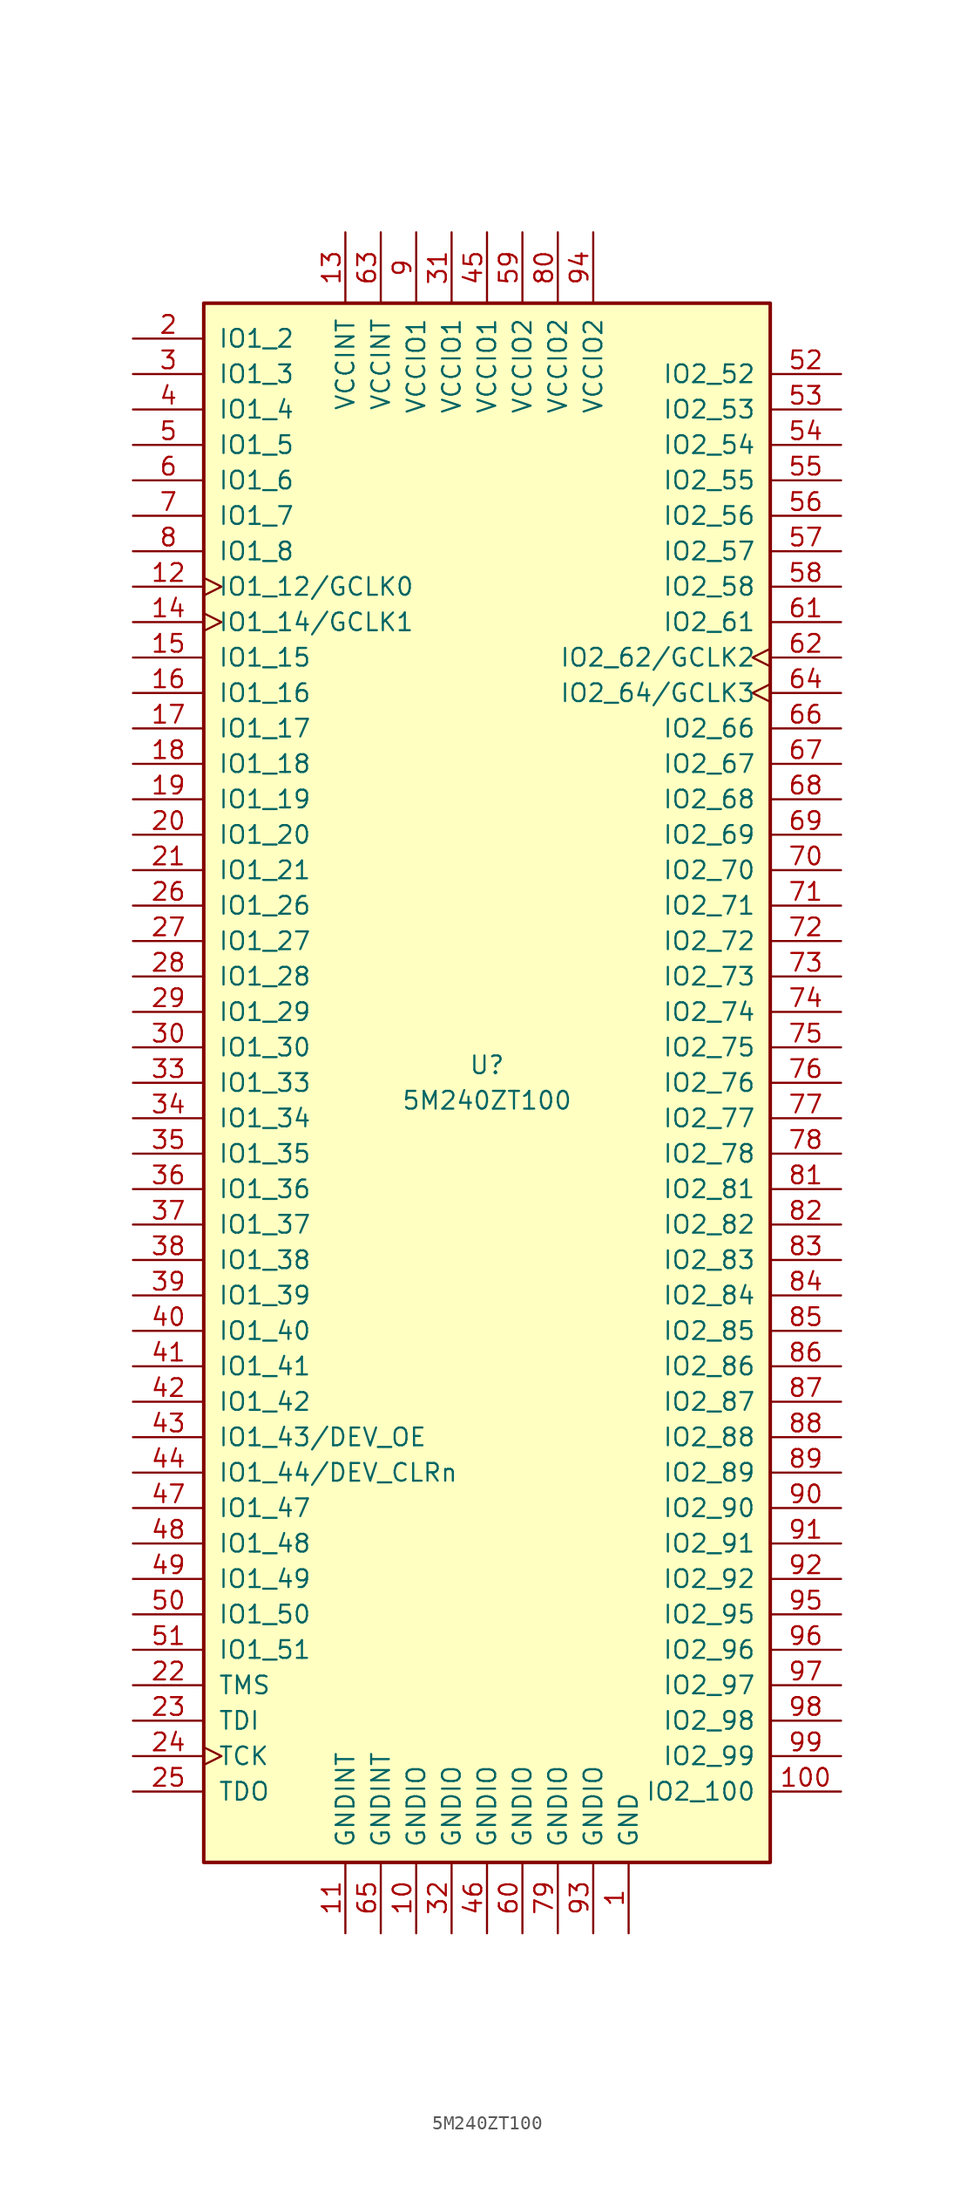
<source format=kicad_sym>
(kicad_symbol_lib
  (version 20220914)
  (generator kicad_symbol_editor)
  (symbol "5M240ZT100"
    (pin_names
      (offset 1.016))
    (property "Reference" "U"
      (at 0 1.27 0)
      (effects (font (size 1.27 1.27))))
    (property "Value" "5M240ZT100"
      (at 0 -1.27 0)
      (effects (font (size 1.27 1.27))))
    (symbol "5M240ZT100_1_1"
      (rectangle (start -20.32 55.88) (end 20.32 -55.88) (stroke (width 0.254) (type default)) (fill (type background)))
      (pin power_in line (at 10.16 -60.96 90) (length 5.08) (name "GND" (effects (font (size 1.27 1.27)))) (number "1" (effects (font (size 1.27 1.27)))))
      (pin power_in line (at -5.08 -60.96 90) (length 5.08) (name "GNDIO" (effects (font (size 1.27 1.27)))) (number "10" (effects (font (size 1.27 1.27)))))
      (pin bidirectional line (at 25.4 -50.8 180) (length 5.08) (name "IO2_100" (effects (font (size 1.27 1.27)))) (number "100" (effects (font (size 1.27 1.27)))))
      (pin power_in line (at -10.16 -60.96 90) (length 5.08) (name "GNDINT" (effects (font (size 1.27 1.27)))) (number "11" (effects (font (size 1.27 1.27)))))
      (pin bidirectional clock (at -25.4 35.56 0) (length 5.08) (name "IO1_12/GCLK0" (effects (font (size 1.27 1.27)))) (number "12" (effects (font (size 1.27 1.27)))))
      (pin power_in line (at -10.16 60.96 270) (length 5.08) (name "VCCINT" (effects (font (size 1.27 1.27)))) (number "13" (effects (font (size 1.27 1.27)))))
      (pin bidirectional clock (at -25.4 33.02 0) (length 5.08) (name "IO1_14/GCLK1" (effects (font (size 1.27 1.27)))) (number "14" (effects (font (size 1.27 1.27)))))
      (pin bidirectional line (at -25.4 30.48 0) (length 5.08) (name "IO1_15" (effects (font (size 1.27 1.27)))) (number "15" (effects (font (size 1.27 1.27)))))
      (pin bidirectional line (at -25.4 27.94 0) (length 5.08) (name "IO1_16" (effects (font (size 1.27 1.27)))) (number "16" (effects (font (size 1.27 1.27)))))
      (pin bidirectional line (at -25.4 25.4 0) (length 5.08) (name "IO1_17" (effects (font (size 1.27 1.27)))) (number "17" (effects (font (size 1.27 1.27)))))
      (pin bidirectional line (at -25.4 22.86 0) (length 5.08) (name "IO1_18" (effects (font (size 1.27 1.27)))) (number "18" (effects (font (size 1.27 1.27)))))
      (pin bidirectional line (at -25.4 20.32 0) (length 5.08) (name "IO1_19" (effects (font (size 1.27 1.27)))) (number "19" (effects (font (size 1.27 1.27)))))
      (pin bidirectional line (at -25.4 53.34 0) (length 5.08) (name "IO1_2" (effects (font (size 1.27 1.27)))) (number "2" (effects (font (size 1.27 1.27)))))
      (pin bidirectional line (at -25.4 17.78 0) (length 5.08) (name "IO1_20" (effects (font (size 1.27 1.27)))) (number "20" (effects (font (size 1.27 1.27)))))
      (pin bidirectional line (at -25.4 15.24 0) (length 5.08) (name "IO1_21" (effects (font (size 1.27 1.27)))) (number "21" (effects (font (size 1.27 1.27)))))
      (pin input line (at -25.4 -43.18 0) (length 5.08) (name "TMS" (effects (font (size 1.27 1.27)))) (number "22" (effects (font (size 1.27 1.27)))))
      (pin input line (at -25.4 -45.72 0) (length 5.08) (name "TDI" (effects (font (size 1.27 1.27)))) (number "23" (effects (font (size 1.27 1.27)))))
      (pin input clock (at -25.4 -48.26 0) (length 5.08) (name "TCK" (effects (font (size 1.27 1.27)))) (number "24" (effects (font (size 1.27 1.27)))))
      (pin output line (at -25.4 -50.8 0) (length 5.08) (name "TDO" (effects (font (size 1.27 1.27)))) (number "25" (effects (font (size 1.27 1.27)))))
      (pin bidirectional line (at -25.4 12.7 0) (length 5.08) (name "IO1_26" (effects (font (size 1.27 1.27)))) (number "26" (effects (font (size 1.27 1.27)))))
      (pin bidirectional line (at -25.4 10.16 0) (length 5.08) (name "IO1_27" (effects (font (size 1.27 1.27)))) (number "27" (effects (font (size 1.27 1.27)))))
      (pin bidirectional line (at -25.4 7.62 0) (length 5.08) (name "IO1_28" (effects (font (size 1.27 1.27)))) (number "28" (effects (font (size 1.27 1.27)))))
      (pin bidirectional line (at -25.4 5.08 0) (length 5.08) (name "IO1_29" (effects (font (size 1.27 1.27)))) (number "29" (effects (font (size 1.27 1.27)))))
      (pin bidirectional line (at -25.4 50.8 0) (length 5.08) (name "IO1_3" (effects (font (size 1.27 1.27)))) (number "3" (effects (font (size 1.27 1.27)))))
      (pin bidirectional line (at -25.4 2.54 0) (length 5.08) (name "IO1_30" (effects (font (size 1.27 1.27)))) (number "30" (effects (font (size 1.27 1.27)))))
      (pin power_in line (at -2.54 60.96 270) (length 5.08) (name "VCCIO1" (effects (font (size 1.27 1.27)))) (number "31" (effects (font (size 1.27 1.27)))))
      (pin power_in line (at -2.54 -60.96 90) (length 5.08) (name "GNDIO" (effects (font (size 1.27 1.27)))) (number "32" (effects (font (size 1.27 1.27)))))
      (pin bidirectional line (at -25.4 0 0) (length 5.08) (name "IO1_33" (effects (font (size 1.27 1.27)))) (number "33" (effects (font (size 1.27 1.27)))))
      (pin bidirectional line (at -25.4 -2.54 0) (length 5.08) (name "IO1_34" (effects (font (size 1.27 1.27)))) (number "34" (effects (font (size 1.27 1.27)))))
      (pin bidirectional line (at -25.4 -5.08 0) (length 5.08) (name "IO1_35" (effects (font (size 1.27 1.27)))) (number "35" (effects (font (size 1.27 1.27)))))
      (pin bidirectional line (at -25.4 -7.62 0) (length 5.08) (name "IO1_36" (effects (font (size 1.27 1.27)))) (number "36" (effects (font (size 1.27 1.27)))))
      (pin bidirectional line (at -25.4 -10.16 0) (length 5.08) (name "IO1_37" (effects (font (size 1.27 1.27)))) (number "37" (effects (font (size 1.27 1.27)))))
      (pin bidirectional line (at -25.4 -12.7 0) (length 5.08) (name "IO1_38" (effects (font (size 1.27 1.27)))) (number "38" (effects (font (size 1.27 1.27)))))
      (pin bidirectional line (at -25.4 -15.24 0) (length 5.08) (name "IO1_39" (effects (font (size 1.27 1.27)))) (number "39" (effects (font (size 1.27 1.27)))))
      (pin bidirectional line (at -25.4 48.26 0) (length 5.08) (name "IO1_4" (effects (font (size 1.27 1.27)))) (number "4" (effects (font (size 1.27 1.27)))))
      (pin bidirectional line (at -25.4 -17.78 0) (length 5.08) (name "IO1_40" (effects (font (size 1.27 1.27)))) (number "40" (effects (font (size 1.27 1.27)))))
      (pin bidirectional line (at -25.4 -20.32 0) (length 5.08) (name "IO1_41" (effects (font (size 1.27 1.27)))) (number "41" (effects (font (size 1.27 1.27)))))
      (pin bidirectional line (at -25.4 -22.86 0) (length 5.08) (name "IO1_42" (effects (font (size 1.27 1.27)))) (number "42" (effects (font (size 1.27 1.27)))))
      (pin bidirectional line (at -25.4 -25.4 0) (length 5.08) (name "IO1_43/DEV_OE" (effects (font (size 1.27 1.27)))) (number "43" (effects (font (size 1.27 1.27)))))
      (pin bidirectional line (at -25.4 -27.94 0) (length 5.08) (name "IO1_44/DEV_CLRn" (effects (font (size 1.27 1.27)))) (number "44" (effects (font (size 1.27 1.27)))))
      (pin power_in line (at 0 60.96 270) (length 5.08) (name "VCCIO1" (effects (font (size 1.27 1.27)))) (number "45" (effects (font (size 1.27 1.27)))))
      (pin power_in line (at 0 -60.96 90) (length 5.08) (name "GNDIO" (effects (font (size 1.27 1.27)))) (number "46" (effects (font (size 1.27 1.27)))))
      (pin bidirectional line (at -25.4 -30.48 0) (length 5.08) (name "IO1_47" (effects (font (size 1.27 1.27)))) (number "47" (effects (font (size 1.27 1.27)))))
      (pin bidirectional line (at -25.4 -33.02 0) (length 5.08) (name "IO1_48" (effects (font (size 1.27 1.27)))) (number "48" (effects (font (size 1.27 1.27)))))
      (pin bidirectional line (at -25.4 -35.56 0) (length 5.08) (name "IO1_49" (effects (font (size 1.27 1.27)))) (number "49" (effects (font (size 1.27 1.27)))))
      (pin bidirectional line (at -25.4 45.72 0) (length 5.08) (name "IO1_5" (effects (font (size 1.27 1.27)))) (number "5" (effects (font (size 1.27 1.27)))))
      (pin bidirectional line (at -25.4 -38.1 0) (length 5.08) (name "IO1_50" (effects (font (size 1.27 1.27)))) (number "50" (effects (font (size 1.27 1.27)))))
      (pin bidirectional line (at -25.4 -40.64 0) (length 5.08) (name "IO1_51" (effects (font (size 1.27 1.27)))) (number "51" (effects (font (size 1.27 1.27)))))
      (pin bidirectional line (at 25.4 50.8 180) (length 5.08) (name "IO2_52" (effects (font (size 1.27 1.27)))) (number "52" (effects (font (size 1.27 1.27)))))
      (pin bidirectional line (at 25.4 48.26 180) (length 5.08) (name "IO2_53" (effects (font (size 1.27 1.27)))) (number "53" (effects (font (size 1.27 1.27)))))
      (pin bidirectional line (at 25.4 45.72 180) (length 5.08) (name "IO2_54" (effects (font (size 1.27 1.27)))) (number "54" (effects (font (size 1.27 1.27)))))
      (pin bidirectional line (at 25.4 43.18 180) (length 5.08) (name "IO2_55" (effects (font (size 1.27 1.27)))) (number "55" (effects (font (size 1.27 1.27)))))
      (pin bidirectional line (at 25.4 40.64 180) (length 5.08) (name "IO2_56" (effects (font (size 1.27 1.27)))) (number "56" (effects (font (size 1.27 1.27)))))
      (pin bidirectional line (at 25.4 38.1 180) (length 5.08) (name "IO2_57" (effects (font (size 1.27 1.27)))) (number "57" (effects (font (size 1.27 1.27)))))
      (pin bidirectional line (at 25.4 35.56 180) (length 5.08) (name "IO2_58" (effects (font (size 1.27 1.27)))) (number "58" (effects (font (size 1.27 1.27)))))
      (pin power_in line (at 2.54 60.96 270) (length 5.08) (name "VCCIO2" (effects (font (size 1.27 1.27)))) (number "59" (effects (font (size 1.27 1.27)))))
      (pin bidirectional line (at -25.4 43.18 0) (length 5.08) (name "IO1_6" (effects (font (size 1.27 1.27)))) (number "6" (effects (font (size 1.27 1.27)))))
      (pin power_in line (at 2.54 -60.96 90) (length 5.08) (name "GNDIO" (effects (font (size 1.27 1.27)))) (number "60" (effects (font (size 1.27 1.27)))))
      (pin bidirectional line (at 25.4 33.02 180) (length 5.08) (name "IO2_61" (effects (font (size 1.27 1.27)))) (number "61" (effects (font (size 1.27 1.27)))))
      (pin bidirectional clock (at 25.4 30.48 180) (length 5.08) (name "IO2_62/GCLK2" (effects (font (size 1.27 1.27)))) (number "62" (effects (font (size 1.27 1.27)))))
      (pin power_in line (at -7.62 60.96 270) (length 5.08) (name "VCCINT" (effects (font (size 1.27 1.27)))) (number "63" (effects (font (size 1.27 1.27)))))
      (pin bidirectional clock (at 25.4 27.94 180) (length 5.08) (name "IO2_64/GCLK3" (effects (font (size 1.27 1.27)))) (number "64" (effects (font (size 1.27 1.27)))))
      (pin power_in line (at -7.62 -60.96 90) (length 5.08) (name "GNDINT" (effects (font (size 1.27 1.27)))) (number "65" (effects (font (size 1.27 1.27)))))
      (pin bidirectional line (at 25.4 25.4 180) (length 5.08) (name "IO2_66" (effects (font (size 1.27 1.27)))) (number "66" (effects (font (size 1.27 1.27)))))
      (pin bidirectional line (at 25.4 22.86 180) (length 5.08) (name "IO2_67" (effects (font (size 1.27 1.27)))) (number "67" (effects (font (size 1.27 1.27)))))
      (pin bidirectional line (at 25.4 20.32 180) (length 5.08) (name "IO2_68" (effects (font (size 1.27 1.27)))) (number "68" (effects (font (size 1.27 1.27)))))
      (pin bidirectional line (at 25.4 17.78 180) (length 5.08) (name "IO2_69" (effects (font (size 1.27 1.27)))) (number "69" (effects (font (size 1.27 1.27)))))
      (pin bidirectional line (at -25.4 40.64 0) (length 5.08) (name "IO1_7" (effects (font (size 1.27 1.27)))) (number "7" (effects (font (size 1.27 1.27)))))
      (pin bidirectional line (at 25.4 15.24 180) (length 5.08) (name "IO2_70" (effects (font (size 1.27 1.27)))) (number "70" (effects (font (size 1.27 1.27)))))
      (pin bidirectional line (at 25.4 12.7 180) (length 5.08) (name "IO2_71" (effects (font (size 1.27 1.27)))) (number "71" (effects (font (size 1.27 1.27)))))
      (pin bidirectional line (at 25.4 10.16 180) (length 5.08) (name "IO2_72" (effects (font (size 1.27 1.27)))) (number "72" (effects (font (size 1.27 1.27)))))
      (pin bidirectional line (at 25.4 7.62 180) (length 5.08) (name "IO2_73" (effects (font (size 1.27 1.27)))) (number "73" (effects (font (size 1.27 1.27)))))
      (pin bidirectional line (at 25.4 5.08 180) (length 5.08) (name "IO2_74" (effects (font (size 1.27 1.27)))) (number "74" (effects (font (size 1.27 1.27)))))
      (pin bidirectional line (at 25.4 2.54 180) (length 5.08) (name "IO2_75" (effects (font (size 1.27 1.27)))) (number "75" (effects (font (size 1.27 1.27)))))
      (pin bidirectional line (at 25.4 0 180) (length 5.08) (name "IO2_76" (effects (font (size 1.27 1.27)))) (number "76" (effects (font (size 1.27 1.27)))))
      (pin bidirectional line (at 25.4 -2.54 180) (length 5.08) (name "IO2_77" (effects (font (size 1.27 1.27)))) (number "77" (effects (font (size 1.27 1.27)))))
      (pin bidirectional line (at 25.4 -5.08 180) (length 5.08) (name "IO2_78" (effects (font (size 1.27 1.27)))) (number "78" (effects (font (size 1.27 1.27)))))
      (pin power_in line (at 5.08 -60.96 90) (length 5.08) (name "GNDIO" (effects (font (size 1.27 1.27)))) (number "79" (effects (font (size 1.27 1.27)))))
      (pin bidirectional line (at -25.4 38.1 0) (length 5.08) (name "IO1_8" (effects (font (size 1.27 1.27)))) (number "8" (effects (font (size 1.27 1.27)))))
      (pin power_in line (at 5.08 60.96 270) (length 5.08) (name "VCCIO2" (effects (font (size 1.27 1.27)))) (number "80" (effects (font (size 1.27 1.27)))))
      (pin bidirectional line (at 25.4 -7.62 180) (length 5.08) (name "IO2_81" (effects (font (size 1.27 1.27)))) (number "81" (effects (font (size 1.27 1.27)))))
      (pin bidirectional line (at 25.4 -10.16 180) (length 5.08) (name "IO2_82" (effects (font (size 1.27 1.27)))) (number "82" (effects (font (size 1.27 1.27)))))
      (pin bidirectional line (at 25.4 -12.7 180) (length 5.08) (name "IO2_83" (effects (font (size 1.27 1.27)))) (number "83" (effects (font (size 1.27 1.27)))))
      (pin bidirectional line (at 25.4 -15.24 180) (length 5.08) (name "IO2_84" (effects (font (size 1.27 1.27)))) (number "84" (effects (font (size 1.27 1.27)))))
      (pin bidirectional line (at 25.4 -17.78 180) (length 5.08) (name "IO2_85" (effects (font (size 1.27 1.27)))) (number "85" (effects (font (size 1.27 1.27)))))
      (pin bidirectional line (at 25.4 -20.32 180) (length 5.08) (name "IO2_86" (effects (font (size 1.27 1.27)))) (number "86" (effects (font (size 1.27 1.27)))))
      (pin bidirectional line (at 25.4 -22.86 180) (length 5.08) (name "IO2_87" (effects (font (size 1.27 1.27)))) (number "87" (effects (font (size 1.27 1.27)))))
      (pin bidirectional line (at 25.4 -25.4 180) (length 5.08) (name "IO2_88" (effects (font (size 1.27 1.27)))) (number "88" (effects (font (size 1.27 1.27)))))
      (pin bidirectional line (at 25.4 -27.94 180) (length 5.08) (name "IO2_89" (effects (font (size 1.27 1.27)))) (number "89" (effects (font (size 1.27 1.27)))))
      (pin power_in line (at -5.08 60.96 270) (length 5.08) (name "VCCIO1" (effects (font (size 1.27 1.27)))) (number "9" (effects (font (size 1.27 1.27)))))
      (pin bidirectional line (at 25.4 -30.48 180) (length 5.08) (name "IO2_90" (effects (font (size 1.27 1.27)))) (number "90" (effects (font (size 1.27 1.27)))))
      (pin bidirectional line (at 25.4 -33.02 180) (length 5.08) (name "IO2_91" (effects (font (size 1.27 1.27)))) (number "91" (effects (font (size 1.27 1.27)))))
      (pin bidirectional line (at 25.4 -35.56 180) (length 5.08) (name "IO2_92" (effects (font (size 1.27 1.27)))) (number "92" (effects (font (size 1.27 1.27)))))
      (pin power_in line (at 7.62 -60.96 90) (length 5.08) (name "GNDIO" (effects (font (size 1.27 1.27)))) (number "93" (effects (font (size 1.27 1.27)))))
      (pin power_in line (at 7.62 60.96 270) (length 5.08) (name "VCCIO2" (effects (font (size 1.27 1.27)))) (number "94" (effects (font (size 1.27 1.27)))))
      (pin bidirectional line (at 25.4 -38.1 180) (length 5.08) (name "IO2_95" (effects (font (size 1.27 1.27)))) (number "95" (effects (font (size 1.27 1.27)))))
      (pin bidirectional line (at 25.4 -40.64 180) (length 5.08) (name "IO2_96" (effects (font (size 1.27 1.27)))) (number "96" (effects (font (size 1.27 1.27)))))
      (pin bidirectional line (at 25.4 -43.18 180) (length 5.08) (name "IO2_97" (effects (font (size 1.27 1.27)))) (number "97" (effects (font (size 1.27 1.27)))))
      (pin bidirectional line (at 25.4 -45.72 180) (length 5.08) (name "IO2_98" (effects (font (size 1.27 1.27)))) (number "98" (effects (font (size 1.27 1.27)))))
      (pin bidirectional line (at 25.4 -48.26 180) (length 5.08) (name "IO2_99" (effects (font (size 1.27 1.27)))) (number "99" (effects (font (size 1.27 1.27))))))))
</source>
